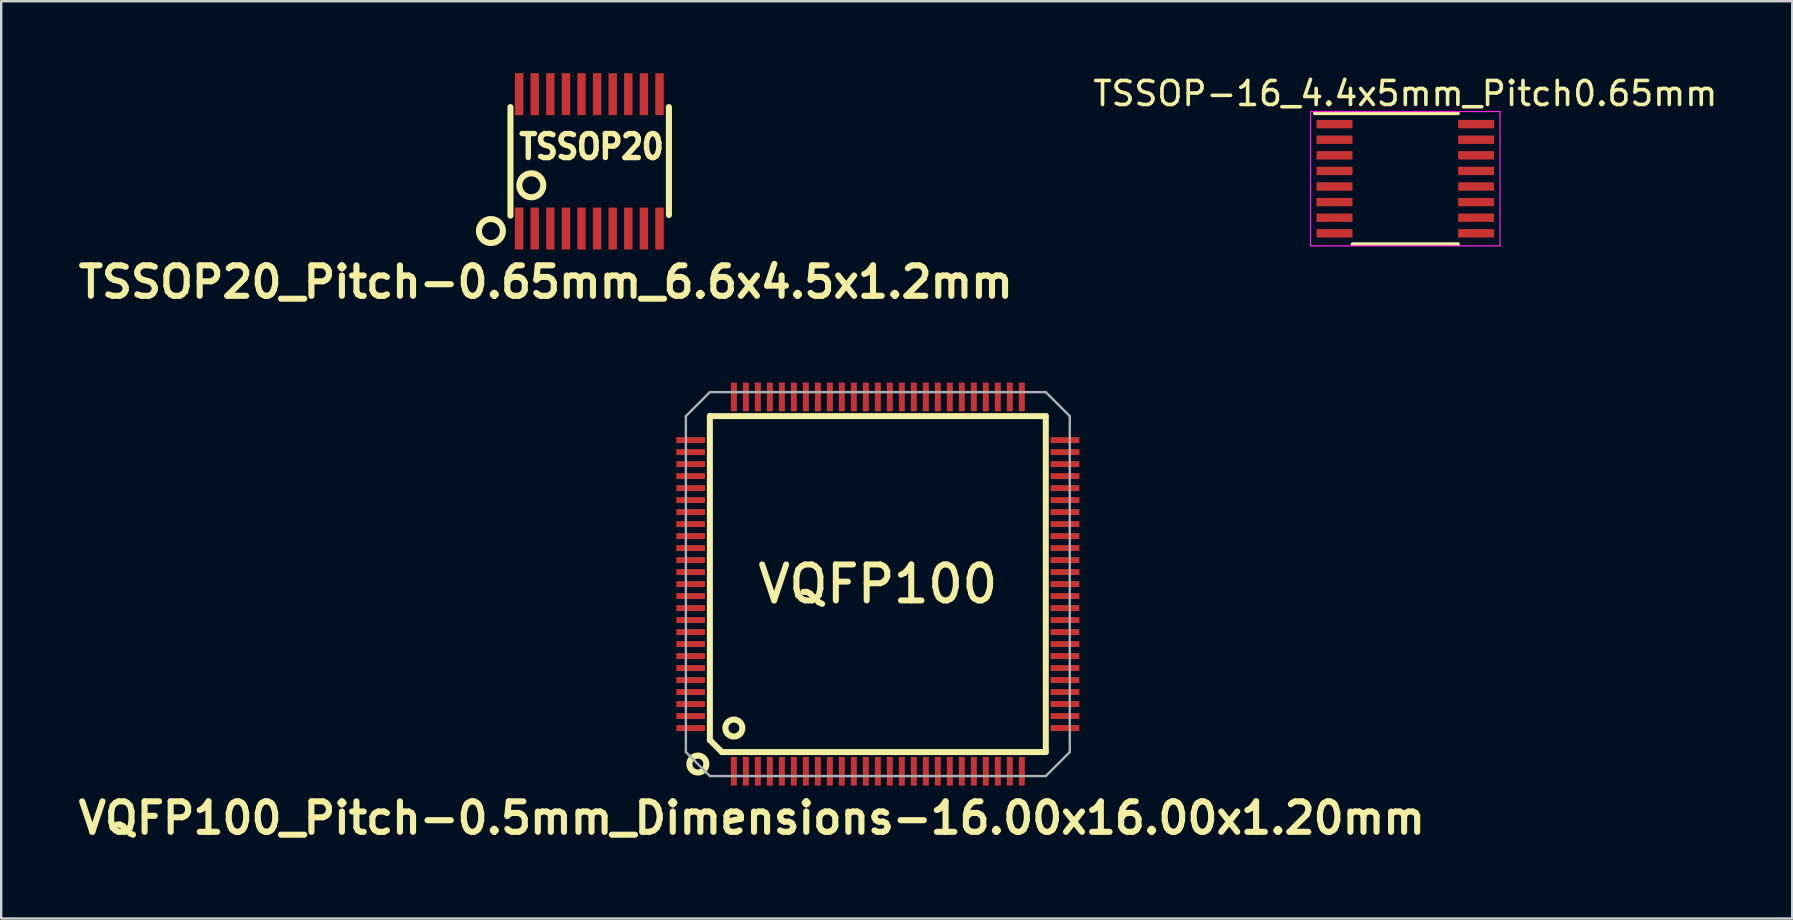
<source format=kicad_pcb>
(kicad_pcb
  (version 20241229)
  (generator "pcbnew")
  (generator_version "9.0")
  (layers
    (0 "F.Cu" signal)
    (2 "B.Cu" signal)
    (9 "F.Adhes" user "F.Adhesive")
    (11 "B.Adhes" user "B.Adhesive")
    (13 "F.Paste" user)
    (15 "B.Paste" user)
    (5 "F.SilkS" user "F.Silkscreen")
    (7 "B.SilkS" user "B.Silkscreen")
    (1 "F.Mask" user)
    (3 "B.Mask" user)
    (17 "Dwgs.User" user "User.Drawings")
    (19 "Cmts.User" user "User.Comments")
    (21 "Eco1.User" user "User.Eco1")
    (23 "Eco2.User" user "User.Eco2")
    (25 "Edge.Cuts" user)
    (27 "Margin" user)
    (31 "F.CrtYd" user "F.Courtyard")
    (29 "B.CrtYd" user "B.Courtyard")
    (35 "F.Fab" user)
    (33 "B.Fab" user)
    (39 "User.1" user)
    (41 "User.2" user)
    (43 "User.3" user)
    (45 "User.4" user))
  (footprint "VQFP100_Pitch-0.5mm_Dimensions-16.00x16.00x1.20mm"
    (layer "F.Cu")
    (at 33.535 21.293)
    (property "Reference" "VQFP100_Pitch-0.5mm_Dimensions-16.00x16.00x1.20mm" (at -5.25 9.75 0) (layer "F.SilkS") (effects (font (size 1.27 1.27) (thickness 0.254))))
    (attr smd)
    (fp_line (start -7 -7) (end 7 -7) (stroke (width 0.25) (type solid)) (layer "F.SilkS"))
    (fp_line (start -7 6.5) (end -7 -7) (stroke (width 0.25) (type solid)) (layer "F.SilkS"))
    (fp_line (start -6.5 7) (end -7 6.5) (stroke (width 0.25) (type solid)) (layer "F.SilkS"))
    (fp_line (start 7 -7) (end 7 7) (stroke (width 0.25) (type solid)) (layer "F.SilkS"))
    (fp_line (start 7 7) (end -6.5 7) (stroke (width 0.25) (type solid)) (layer "F.SilkS"))
    (fp_circle (center -7.5 7.5) (end -7.75 7.75) (stroke (width 0.254) (type solid)) (fill no) (layer "F.SilkS"))
    (fp_circle (center -6 6) (end -6.25 6.25) (stroke (width 0.254) (type solid)) (fill no) (layer "F.SilkS"))
    (fp_line (start -8 -7) (end -7 -8) (stroke (width 0.1) (type solid)) (layer "F.Fab"))
    (fp_line (start -8 7) (end -8 -7) (stroke (width 0.1) (type solid)) (layer "F.Fab"))
    (fp_line (start -7 -8) (end 7 -8) (stroke (width 0.1) (type solid)) (layer "F.Fab"))
    (fp_line (start -7 8) (end -8 7) (stroke (width 0.1) (type solid)) (layer "F.Fab"))
    (fp_line (start 7 -8) (end 8 -7) (stroke (width 0.1) (type solid)) (layer "F.Fab"))
    (fp_line (start 7 8) (end -7 8) (stroke (width 0.1) (type solid)) (layer "F.Fab"))
    (fp_line (start 8 -7) (end 8 7) (stroke (width 0.1) (type solid)) (layer "F.Fab"))
    (fp_line (start 8 7) (end 7 8) (stroke (width 0.1) (type solid)) (layer "F.Fab"))
    (fp_text user "VQFP100" (at 0 0 0) (layer "F.SilkS") (effects (font (size 1.5 1.5) (thickness 0.25))))
    (pad "1" smd rect (at -6 7.8 180) (size 0.25 1.2) (layers "F.Cu" "F.Mask" "F.Paste"))
    (pad "2" smd rect (at -5.5 7.8 180) (size 0.25 1.2) (layers "F.Cu" "F.Mask" "F.Paste"))
    (pad "3" smd rect (at -5 7.8 180) (size 0.25 1.2) (layers "F.Cu" "F.Mask" "F.Paste"))
    (pad "4" smd rect (at -4.5 7.8 180) (size 0.25 1.2) (layers "F.Cu" "F.Mask" "F.Paste"))
    (pad "5" smd rect (at -4 7.8 180) (size 0.25 1.2) (layers "F.Cu" "F.Mask" "F.Paste"))
    (pad "6" smd rect (at -3.5 7.8 180) (size 0.25 1.2) (layers "F.Cu" "F.Mask" "F.Paste"))
    (pad "7" smd rect (at -3 7.8 180) (size 0.25 1.2) (layers "F.Cu" "F.Mask" "F.Paste"))
    (pad "8" smd rect (at -2.5 7.8 180) (size 0.25 1.2) (layers "F.Cu" "F.Mask" "F.Paste"))
    (pad "9" smd rect (at -2 7.8 180) (size 0.25 1.2) (layers "F.Cu" "F.Mask" "F.Paste"))
    (pad "10" smd rect (at -1.5 7.8 180) (size 0.25 1.2) (layers "F.Cu" "F.Mask" "F.Paste"))
    (pad "11" smd rect (at -1 7.8 180) (size 0.25 1.2) (layers "F.Cu" "F.Mask" "F.Paste"))
    (pad "12" smd rect (at -0.5 7.8 180) (size 0.25 1.2) (layers "F.Cu" "F.Mask" "F.Paste"))
    (pad "13" smd rect (at 0 7.8 180) (size 0.25 1.2) (layers "F.Cu" "F.Mask" "F.Paste"))
    (pad "14" smd rect (at 0.5 7.8 180) (size 0.25 1.2) (layers "F.Cu" "F.Mask" "F.Paste"))
    (pad "15" smd rect (at 1 7.8 180) (size 0.25 1.2) (layers "F.Cu" "F.Mask" "F.Paste"))
    (pad "16" smd rect (at 1.5 7.8 180) (size 0.25 1.2) (layers "F.Cu" "F.Mask" "F.Paste"))
    (pad "17" smd rect (at 2 7.8 180) (size 0.25 1.2) (layers "F.Cu" "F.Mask" "F.Paste"))
    (pad "18" smd rect (at 2.5 7.8 180) (size 0.25 1.2) (layers "F.Cu" "F.Mask" "F.Paste"))
    (pad "19" smd rect (at 3 7.8 180) (size 0.25 1.2) (layers "F.Cu" "F.Mask" "F.Paste"))
    (pad "20" smd rect (at 3.5 7.8 180) (size 0.25 1.2) (layers "F.Cu" "F.Mask" "F.Paste"))
    (pad "21" smd rect (at 4 7.8 180) (size 0.25 1.2) (layers "F.Cu" "F.Mask" "F.Paste"))
    (pad "22" smd rect (at 4.5 7.8 180) (size 0.25 1.2) (layers "F.Cu" "F.Mask" "F.Paste"))
    (pad "23" smd rect (at 5 7.8 180) (size 0.25 1.2) (layers "F.Cu" "F.Mask" "F.Paste"))
    (pad "24" smd rect (at 5.5 7.8 180) (size 0.25 1.2) (layers "F.Cu" "F.Mask" "F.Paste"))
    (pad "25" smd rect (at 6 7.8 180) (size 0.25 1.2) (layers "F.Cu" "F.Mask" "F.Paste"))
    (pad "26" smd rect (at 7.8 6 270) (size 0.25 1.2) (layers "F.Cu" "F.Mask" "F.Paste"))
    (pad "27" smd rect (at 7.8 5.5 270) (size 0.25 1.2) (layers "F.Cu" "F.Mask" "F.Paste"))
    (pad "28" smd rect (at 7.8 5 270) (size 0.25 1.2) (layers "F.Cu" "F.Mask" "F.Paste"))
    (pad "29" smd rect (at 7.8 4.5 270) (size 0.25 1.2) (layers "F.Cu" "F.Mask" "F.Paste"))
    (pad "30" smd rect (at 7.8 4 270) (size 0.25 1.2) (layers "F.Cu" "F.Mask" "F.Paste"))
    (pad "31" smd rect (at 7.8 3.5 270) (size 0.25 1.2) (layers "F.Cu" "F.Mask" "F.Paste"))
    (pad "32" smd rect (at 7.8 3 270) (size 0.25 1.2) (layers "F.Cu" "F.Mask" "F.Paste"))
    (pad "33" smd rect (at 7.8 2.5 270) (size 0.25 1.2) (layers "F.Cu" "F.Mask" "F.Paste"))
    (pad "34" smd rect (at 7.8 2 270) (size 0.25 1.2) (layers "F.Cu" "F.Mask" "F.Paste"))
    (pad "35" smd rect (at 7.8 1.5 270) (size 0.25 1.2) (layers "F.Cu" "F.Mask" "F.Paste"))
    (pad "36" smd rect (at 7.8 1 270) (size 0.25 1.2) (layers "F.Cu" "F.Mask" "F.Paste"))
    (pad "37" smd rect (at 7.8 0.5 270) (size 0.25 1.2) (layers "F.Cu" "F.Mask" "F.Paste"))
    (pad "38" smd rect (at 7.8 0 270) (size 0.25 1.2) (layers "F.Cu" "F.Mask" "F.Paste"))
    (pad "39" smd rect (at 7.8 -0.5 270) (size 0.25 1.2) (layers "F.Cu" "F.Mask" "F.Paste"))
    (pad "40" smd rect (at 7.8 -1 270) (size 0.25 1.2) (layers "F.Cu" "F.Mask" "F.Paste"))
    (pad "41" smd rect (at 7.8 -1.5 270) (size 0.25 1.2) (layers "F.Cu" "F.Mask" "F.Paste"))
    (pad "42" smd rect (at 7.8 -2 270) (size 0.25 1.2) (layers "F.Cu" "F.Mask" "F.Paste"))
    (pad "43" smd rect (at 7.8 -2.5 270) (size 0.25 1.2) (layers "F.Cu" "F.Mask" "F.Paste"))
    (pad "44" smd rect (at 7.8 -3 270) (size 0.25 1.2) (layers "F.Cu" "F.Mask" "F.Paste"))
    (pad "45" smd rect (at 7.8 -3.5 270) (size 0.25 1.2) (layers "F.Cu" "F.Mask" "F.Paste"))
    (pad "46" smd rect (at 7.8 -4 270) (size 0.25 1.2) (layers "F.Cu" "F.Mask" "F.Paste"))
    (pad "47" smd rect (at 7.8 -4.5 270) (size 0.25 1.2) (layers "F.Cu" "F.Mask" "F.Paste"))
    (pad "48" smd rect (at 7.8 -5 270) (size 0.25 1.2) (layers "F.Cu" "F.Mask" "F.Paste"))
    (pad "49" smd rect (at 7.8 -5.5 270) (size 0.25 1.2) (layers "F.Cu" "F.Mask" "F.Paste"))
    (pad "50" smd rect (at 7.8 -6 270) (size 0.25 1.2) (layers "F.Cu" "F.Mask" "F.Paste"))
    (pad "51" smd rect (at 6 -7.8 180) (size 0.25 1.2) (layers "F.Cu" "F.Mask" "F.Paste"))
    (pad "52" smd rect (at 5.5 -7.8 180) (size 0.25 1.2) (layers "F.Cu" "F.Mask" "F.Paste"))
    (pad "53" smd rect (at 5 -7.8 180) (size 0.25 1.2) (layers "F.Cu" "F.Mask" "F.Paste"))
    (pad "54" smd rect (at 4.5 -7.8 180) (size 0.25 1.2) (layers "F.Cu" "F.Mask" "F.Paste"))
    (pad "55" smd rect (at 4 -7.8 180) (size 0.25 1.2) (layers "F.Cu" "F.Mask" "F.Paste"))
    (pad "56" smd rect (at 3.5 -7.8 180) (size 0.25 1.2) (layers "F.Cu" "F.Mask" "F.Paste"))
    (pad "57" smd rect (at 3 -7.8 180) (size 0.25 1.2) (layers "F.Cu" "F.Mask" "F.Paste"))
    (pad "58" smd rect (at 2.5 -7.8 180) (size 0.25 1.2) (layers "F.Cu" "F.Mask" "F.Paste"))
    (pad "59" smd rect (at 2 -7.8 180) (size 0.25 1.2) (layers "F.Cu" "F.Mask" "F.Paste"))
    (pad "60" smd rect (at 1.5 -7.8 180) (size 0.25 1.2) (layers "F.Cu" "F.Mask" "F.Paste"))
    (pad "61" smd rect (at 1 -7.8 180) (size 0.25 1.2) (layers "F.Cu" "F.Mask" "F.Paste"))
    (pad "62" smd rect (at 0.5 -7.8 180) (size 0.25 1.2) (layers "F.Cu" "F.Mask" "F.Paste"))
    (pad "63" smd rect (at 0 -7.8 180) (size 0.25 1.2) (layers "F.Cu" "F.Mask" "F.Paste"))
    (pad "64" smd rect (at -0.5 -7.8 180) (size 0.25 1.2) (layers "F.Cu" "F.Mask" "F.Paste"))
    (pad "65" smd rect (at -1 -7.8 180) (size 0.25 1.2) (layers "F.Cu" "F.Mask" "F.Paste"))
    (pad "66" smd rect (at -1.5 -7.8 180) (size 0.25 1.2) (layers "F.Cu" "F.Mask" "F.Paste"))
    (pad "67" smd rect (at -2 -7.8 180) (size 0.25 1.2) (layers "F.Cu" "F.Mask" "F.Paste"))
    (pad "68" smd rect (at -2.5 -7.8 180) (size 0.25 1.2) (layers "F.Cu" "F.Mask" "F.Paste"))
    (pad "69" smd rect (at -3 -7.8 180) (size 0.25 1.2) (layers "F.Cu" "F.Mask" "F.Paste"))
    (pad "70" smd rect (at -3.5 -7.8 180) (size 0.25 1.2) (layers "F.Cu" "F.Mask" "F.Paste"))
    (pad "71" smd rect (at -4 -7.8 180) (size 0.25 1.2) (layers "F.Cu" "F.Mask" "F.Paste"))
    (pad "72" smd rect (at -4.5 -7.8 180) (size 0.25 1.2) (layers "F.Cu" "F.Mask" "F.Paste"))
    (pad "73" smd rect (at -5 -7.8 180) (size 0.25 1.2) (layers "F.Cu" "F.Mask" "F.Paste"))
    (pad "74" smd rect (at -5.5 -7.8 180) (size 0.25 1.2) (layers "F.Cu" "F.Mask" "F.Paste"))
    (pad "75" smd rect (at -6 -7.8 180) (size 0.25 1.2) (layers "F.Cu" "F.Mask" "F.Paste"))
    (pad "76" smd rect (at -7.8 -6 270) (size 0.25 1.2) (layers "F.Cu" "F.Mask" "F.Paste"))
    (pad "77" smd rect (at -7.8 -5.5 270) (size 0.25 1.2) (layers "F.Cu" "F.Mask" "F.Paste"))
    (pad "78" smd rect (at -7.8 -5 270) (size 0.25 1.2) (layers "F.Cu" "F.Mask" "F.Paste"))
    (pad "79" smd rect (at -7.8 -4.5 270) (size 0.25 1.2) (layers "F.Cu" "F.Mask" "F.Paste"))
    (pad "80" smd rect (at -7.8 -4 270) (size 0.25 1.2) (layers "F.Cu" "F.Mask" "F.Paste"))
    (pad "81" smd rect (at -7.8 -3.5 270) (size 0.25 1.2) (layers "F.Cu" "F.Mask" "F.Paste"))
    (pad "82" smd rect (at -7.8 -3 270) (size 0.25 1.2) (layers "F.Cu" "F.Mask" "F.Paste"))
    (pad "83" smd rect (at -7.8 -2.5 270) (size 0.25 1.2) (layers "F.Cu" "F.Mask" "F.Paste"))
    (pad "84" smd rect (at -7.8 -2 270) (size 0.25 1.2) (layers "F.Cu" "F.Mask" "F.Paste"))
    (pad "85" smd rect (at -7.8 -1.5 270) (size 0.25 1.2) (layers "F.Cu" "F.Mask" "F.Paste"))
    (pad "86" smd rect (at -7.8 -1 270) (size 0.25 1.2) (layers "F.Cu" "F.Mask" "F.Paste"))
    (pad "87" smd rect (at -7.8 -0.5 270) (size 0.25 1.2) (layers "F.Cu" "F.Mask" "F.Paste"))
    (pad "88" smd rect (at -7.8 0 270) (size 0.25 1.2) (layers "F.Cu" "F.Mask" "F.Paste"))
    (pad "89" smd rect (at -7.8 0.5 270) (size 0.25 1.2) (layers "F.Cu" "F.Mask" "F.Paste"))
    (pad "90" smd rect (at -7.8 1 270) (size 0.25 1.2) (layers "F.Cu" "F.Mask" "F.Paste"))
    (pad "91" smd rect (at -7.8 1.5 270) (size 0.25 1.2) (layers "F.Cu" "F.Mask" "F.Paste"))
    (pad "92" smd rect (at -7.8 2 270) (size 0.25 1.2) (layers "F.Cu" "F.Mask" "F.Paste"))
    (pad "93" smd rect (at -7.8 2.5 270) (size 0.25 1.2) (layers "F.Cu" "F.Mask" "F.Paste"))
    (pad "94" smd rect (at -7.8 3 270) (size 0.25 1.2) (layers "F.Cu" "F.Mask" "F.Paste"))
    (pad "95" smd rect (at -7.8 3.5 270) (size 0.25 1.2) (layers "F.Cu" "F.Mask" "F.Paste"))
    (pad "96" smd rect (at -7.8 4 270) (size 0.25 1.2) (layers "F.Cu" "F.Mask" "F.Paste"))
    (pad "97" smd rect (at -7.8 4.5 270) (size 0.25 1.2) (layers "F.Cu" "F.Mask" "F.Paste"))
    (pad "98" smd rect (at -7.8 5 270) (size 0.25 1.2) (layers "F.Cu" "F.Mask" "F.Paste"))
    (pad "99" smd rect (at -7.8 5.5 270) (size 0.25 1.2) (layers "F.Cu" "F.Mask" "F.Paste"))
    (pad "100" smd rect (at -7.8 6 270) (size 0.25 1.2) (layers "F.Cu" "F.Mask" "F.Paste")))
  (footprint "TSSOP20_Pitch-0.65mm_6.6x4.5x1.2mm"
    (layer "F.Cu")
    (at 21.526 3.675)
    (property "Reference" "TSSOP20_Pitch-0.65mm_6.6x4.5x1.2mm" (at -1.829 5.029 0) (layer "F.SilkS") (effects (font (size 1.27 1.27) (thickness 0.254))))
    (attr smd)
    (fp_line (start -3.302 -2.261) (end -3.302 2.261) (stroke (width 0.254) (type solid)) (layer "F.SilkS"))
    (fp_line (start 3.302 -2.261) (end 3.302 2.235) (stroke (width 0.254) (type solid)) (layer "F.SilkS"))
    (fp_circle (center -4.116 2.903) (end -3.616 2.903) (stroke (width 0.254) (type solid)) (fill no) (layer "F.SilkS"))
    (fp_circle (center -2.433 0.997) (end -1.933 0.997) (stroke (width 0.254) (type solid)) (fill no) (layer "F.SilkS"))
    (fp_text user "TSSOP20" (at 0.076 -0.61 0) (layer "F.SilkS") (effects (font (size 1 0.9) (thickness 0.225))))
    (pad "1" smd rect (at -2.94 2.8) (size 0.35 1.75) (layers "F.Cu" "F.Mask" "F.Paste"))
    (pad "2" smd rect (at -2.29 2.8) (size 0.35 1.75) (layers "F.Cu" "F.Mask" "F.Paste"))
    (pad "3" smd rect (at -1.64 2.8) (size 0.35 1.75) (layers "F.Cu" "F.Mask" "F.Paste"))
    (pad "4" smd rect (at -0.99 2.8) (size 0.35 1.75) (layers "F.Cu" "F.Mask" "F.Paste"))
    (pad "5" smd rect (at -0.34 2.8) (size 0.35 1.75) (layers "F.Cu" "F.Mask" "F.Paste"))
    (pad "6" smd rect (at 0.31 2.8) (size 0.35 1.75) (layers "F.Cu" "F.Mask" "F.Paste"))
    (pad "7" smd rect (at 0.96 2.8) (size 0.35 1.75) (layers "F.Cu" "F.Mask" "F.Paste"))
    (pad "8" smd rect (at 1.61 2.8) (size 0.35 1.75) (layers "F.Cu" "F.Mask" "F.Paste"))
    (pad "9" smd rect (at 2.26 2.8) (size 0.35 1.75) (layers "F.Cu" "F.Mask" "F.Paste"))
    (pad "10" smd rect (at 2.91 2.8) (size 0.35 1.75) (layers "F.Cu" "F.Mask" "F.Paste"))
    (pad "11" smd rect (at 2.91 -2.8) (size 0.35 1.75) (layers "F.Cu" "F.Mask" "F.Paste"))
    (pad "12" smd rect (at 2.26 -2.8) (size 0.35 1.75) (layers "F.Cu" "F.Mask" "F.Paste"))
    (pad "13" smd rect (at 1.61 -2.8) (size 0.35 1.75) (layers "F.Cu" "F.Mask" "F.Paste"))
    (pad "14" smd rect (at 0.96 -2.8) (size 0.35 1.75) (layers "F.Cu" "F.Mask" "F.Paste"))
    (pad "15" smd rect (at 0.31 -2.8) (size 0.35 1.75) (layers "F.Cu" "F.Mask" "F.Paste"))
    (pad "16" smd rect (at -0.34 -2.8) (size 0.35 1.75) (layers "F.Cu" "F.Mask" "F.Paste"))
    (pad "17" smd rect (at -0.99 -2.8) (size 0.35 1.75) (layers "F.Cu" "F.Mask" "F.Paste"))
    (pad "18" smd rect (at -1.64 -2.8) (size 0.35 1.75) (layers "F.Cu" "F.Mask" "F.Paste"))
    (pad "19" smd rect (at -2.29 -2.8) (size 0.35 1.75) (layers "F.Cu" "F.Mask" "F.Paste"))
    (pad "20" smd rect (at -2.94 -2.8) (size 0.35 1.75) (layers "F.Cu" "F.Mask" "F.Paste")))
  (footprint "TSSOP-16_4.4x5mm_Pitch0.65mm"
    (layer "F.Cu")
    (at 55.519 4.398)
    (property "Reference" "TSSOP-16_4.4x5mm_Pitch0.65mm" (at 0 -3.55 0) (layer "F.SilkS") (effects (font (size 1 1) (thickness 0.15))))
    (attr smd)
    (fp_line (start -3.775 -2.725) (end 2.2 -2.725) (stroke (width 0.15) (type solid)) (layer "F.SilkS"))
    (fp_line (start -2.2 2.725) (end 2.2 2.725) (stroke (width 0.15) (type solid)) (layer "F.SilkS"))
    (fp_line (start -3.95 -2.8) (end -3.95 2.8) (stroke (width 0.05) (type solid)) (layer "F.CrtYd"))
    (fp_line (start -3.95 -2.8) (end 3.95 -2.8) (stroke (width 0.05) (type solid)) (layer "F.CrtYd"))
    (fp_line (start -3.95 2.8) (end 3.95 2.8) (stroke (width 0.05) (type solid)) (layer "F.CrtYd"))
    (fp_line (start 3.95 -2.8) (end 3.95 2.8) (stroke (width 0.05) (type solid)) (layer "F.CrtYd"))
    (pad "1" smd rect (at -2.95 -2.275) (size 1.5 0.35) (layers "F.Cu" "F.Mask" "F.Paste"))
    (pad "2" smd rect (at -2.95 -1.625) (size 1.5 0.35) (layers "F.Cu" "F.Mask" "F.Paste"))
    (pad "3" smd rect (at -2.95 -0.975) (size 1.5 0.35) (layers "F.Cu" "F.Mask" "F.Paste"))
    (pad "4" smd rect (at -2.95 -0.325) (size 1.5 0.35) (layers "F.Cu" "F.Mask" "F.Paste"))
    (pad "5" smd rect (at -2.95 0.325) (size 1.5 0.35) (layers "F.Cu" "F.Mask" "F.Paste"))
    (pad "6" smd rect (at -2.95 0.975) (size 1.5 0.35) (layers "F.Cu" "F.Mask" "F.Paste"))
    (pad "7" smd rect (at -2.95 1.625) (size 1.5 0.35) (layers "F.Cu" "F.Mask" "F.Paste"))
    (pad "8" smd rect (at -2.95 2.275) (size 1.5 0.35) (layers "F.Cu" "F.Mask" "F.Paste"))
    (pad "9" smd rect (at 2.95 2.275) (size 1.5 0.35) (layers "F.Cu" "F.Mask" "F.Paste"))
    (pad "10" smd rect (at 2.95 1.625) (size 1.5 0.35) (layers "F.Cu" "F.Mask" "F.Paste"))
    (pad "11" smd rect (at 2.95 0.975) (size 1.5 0.35) (layers "F.Cu" "F.Mask" "F.Paste"))
    (pad "12" smd rect (at 2.95 0.325) (size 1.5 0.35) (layers "F.Cu" "F.Mask" "F.Paste"))
    (pad "13" smd rect (at 2.95 -0.325) (size 1.5 0.35) (layers "F.Cu" "F.Mask" "F.Paste"))
    (pad "14" smd rect (at 2.95 -0.975) (size 1.5 0.35) (layers "F.Cu" "F.Mask" "F.Paste"))
    (pad "15" smd rect (at 2.95 -1.625) (size 1.5 0.35) (layers "F.Cu" "F.Mask" "F.Paste"))
    (pad "16" smd rect (at 2.95 -2.275) (size 1.5 0.35) (layers "F.Cu" "F.Mask" "F.Paste")))
  (gr_rect
    (start -3 -3)
    (end 71.644 35.232)
    (stroke (width 0.1) (type default))
    (fill no)
    (layer "Edge.Cuts")))
</source>
